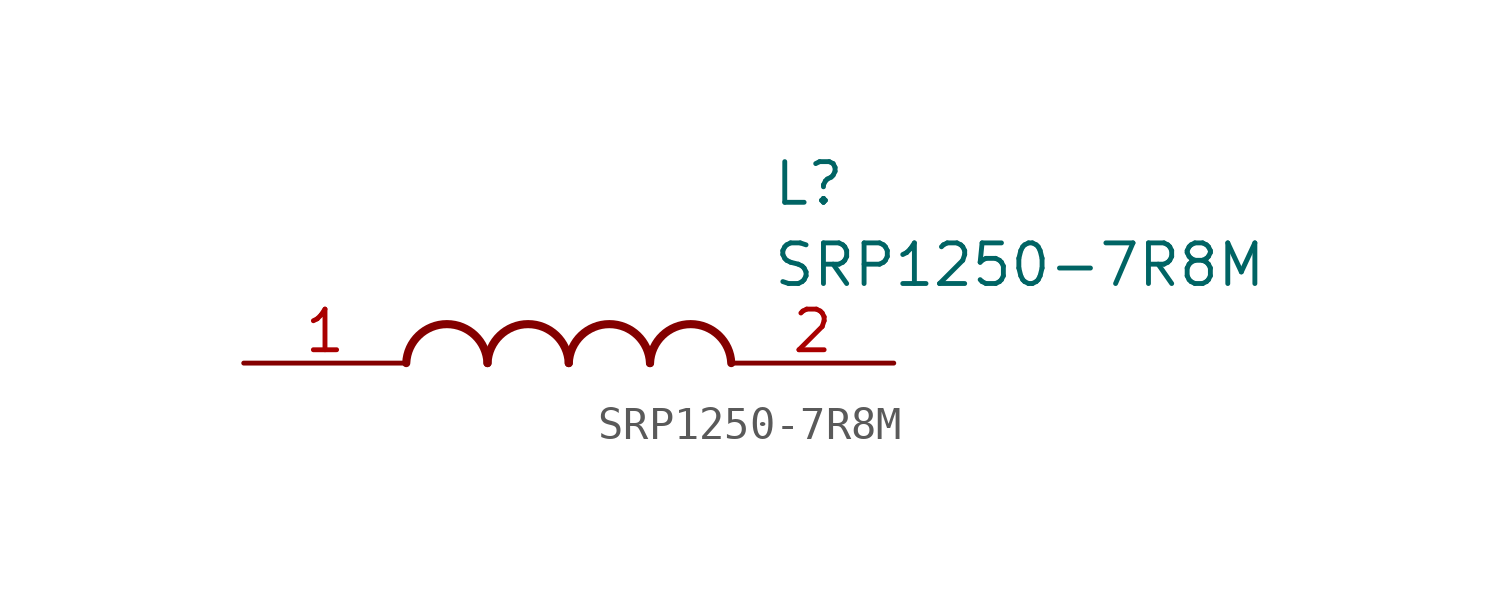
<source format=kicad_sym>
(kicad_symbol_lib
  (version 20211014)
  (generator SamacSys_ECAD_Model)
  (symbol "SRP1250-7R8M"
    (pin_names hide)
    (property "Reference" "L"
      (at 16.51 6.35 0)
      (effects (font (size 1.27 1.27)) (justify left top)))
    (property "Value" "SRP1250-7R8M"
      (at 16.51 3.81 0)
      (effects (font (size 1.27 1.27)) (justify left top)))
    (arc
      (start 7.62 0)
      (mid 6.35 1.219)
      (end 5.08 0)
      (stroke (width 0.254) (type default))
      (fill (type none)))
    (arc
      (start 10.16 0)
      (mid 8.89 1.219)
      (end 7.62 0)
      (stroke (width 0.254) (type default))
      (fill (type none)))
    (arc
      (start 12.7 0)
      (mid 11.43 1.219)
      (end 10.16 0)
      (stroke (width 0.254) (type default))
      (fill (type none)))
    (arc
      (start 15.24 0)
      (mid 13.97 1.219)
      (end 12.7 0)
      (stroke (width 0.254) (type default))
      (fill (type none)))
    (pin passive line
      (at 0 0 0)
      (length 5.08)
      (name "1" (effects (font (size 1.27 1.27))))
      (number "1" (effects (font (size 1.27 1.27)))))
    (pin passive line
      (at 20.32 0 180)
      (length 5.08)
      (name "2" (effects (font (size 1.27 1.27))))
      (number "2" (effects (font (size 1.27 1.27)))))))
</source>
